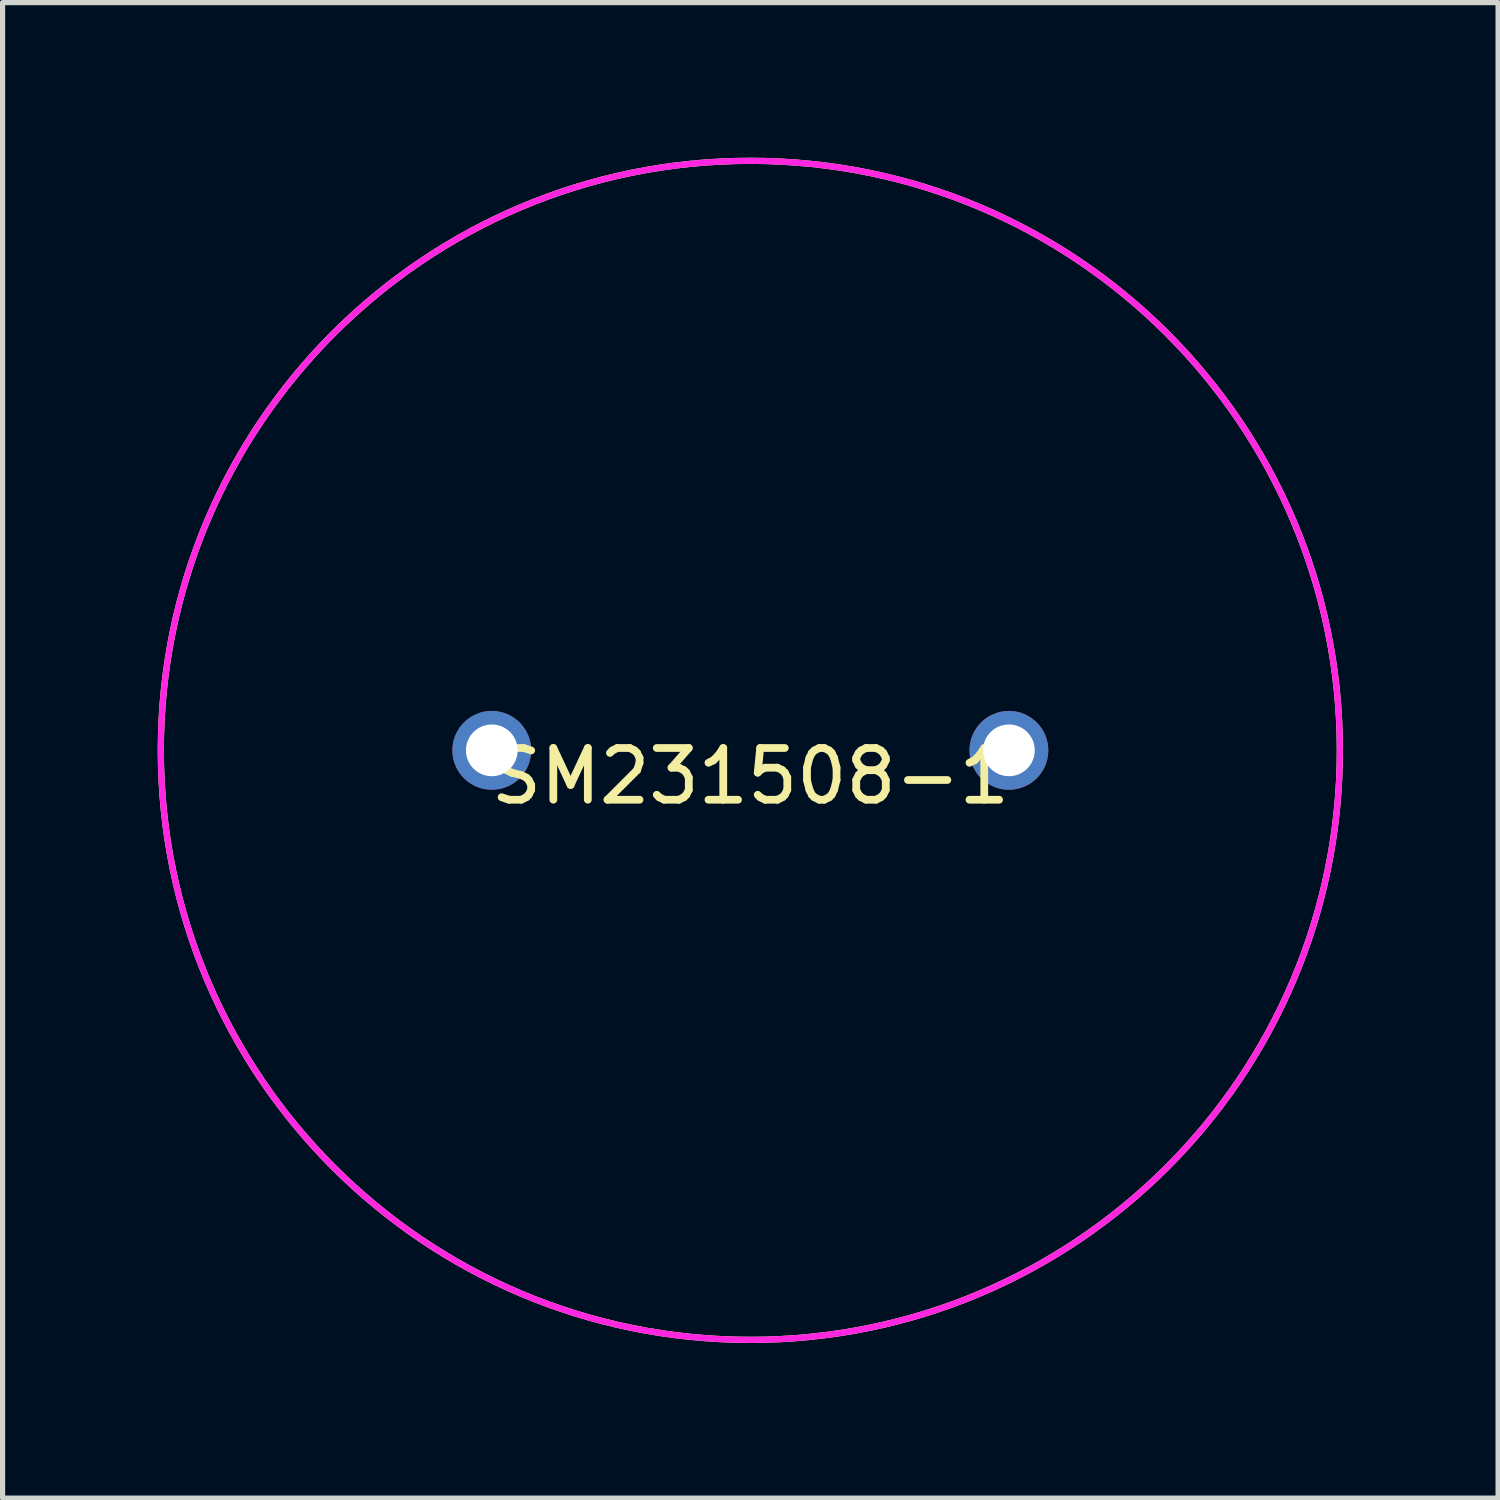
<source format=kicad_pcb>
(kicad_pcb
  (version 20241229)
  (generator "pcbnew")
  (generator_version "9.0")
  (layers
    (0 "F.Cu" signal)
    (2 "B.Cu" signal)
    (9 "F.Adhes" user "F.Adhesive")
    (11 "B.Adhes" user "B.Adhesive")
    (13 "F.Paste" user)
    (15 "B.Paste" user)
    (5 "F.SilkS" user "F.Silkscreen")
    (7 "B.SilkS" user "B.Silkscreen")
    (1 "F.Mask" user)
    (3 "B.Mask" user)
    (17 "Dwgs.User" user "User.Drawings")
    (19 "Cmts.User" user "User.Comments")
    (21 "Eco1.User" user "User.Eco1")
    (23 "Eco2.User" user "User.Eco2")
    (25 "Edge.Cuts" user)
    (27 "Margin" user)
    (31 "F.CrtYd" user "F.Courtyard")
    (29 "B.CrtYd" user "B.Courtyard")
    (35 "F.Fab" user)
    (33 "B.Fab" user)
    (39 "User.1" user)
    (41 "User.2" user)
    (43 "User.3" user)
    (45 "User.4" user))
  (footprint "SM231508-1"
    (layer "F.Cu")
    (at 11.46 11.46)
    (property "Reference" "SM231508-1" (at 0 0.5 0) (layer "F.SilkS") (effects (font (size 1 1) (thickness 0.15))))
    (attr through_hole)
    (fp_circle (center 0 0) (end 11.4 0) (stroke (width 0.12) (type solid)) (fill no) (layer "F.SilkS"))
    (fp_circle (center 0 0) (end 11.4 0) (stroke (width 0.12) (type solid)) (fill no) (layer "F.CrtYd"))
    (pad "1" thru_hole circle (at -5 0) (size 1.524 1.524) (drill 1) (layers "*.Cu" "*.Mask"))
    (pad "2" thru_hole circle (at 5 0) (size 1.524 1.524) (drill 1) (layers "*.Cu" "*.Mask")))
  (gr_rect
    (start -3 -3)
    (end 25.92 25.92)
    (stroke (width 0.1) (type default))
    (fill no)
    (layer "Edge.Cuts")))
</source>
